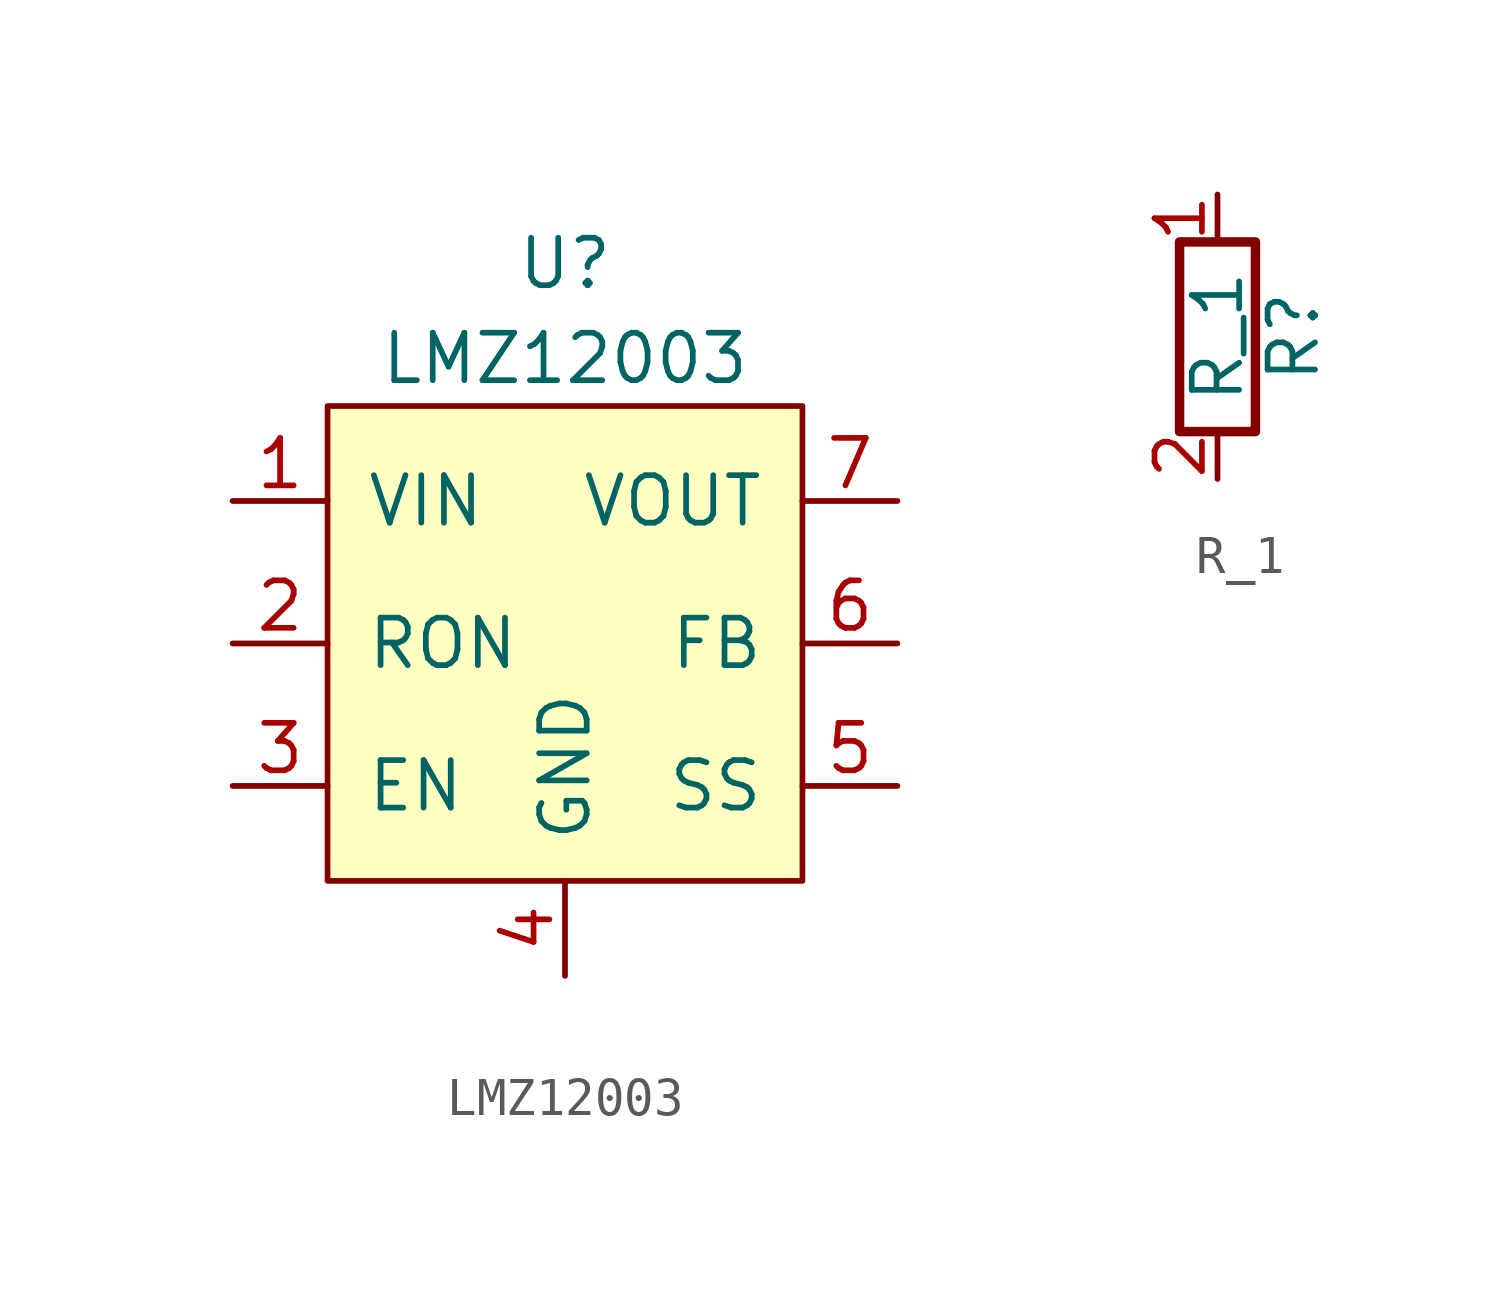
<source format=kicad_sym>
(kicad_symbol_lib
  (version 20231120)
  (generator "kicad_symbol_editor")
  (generator_version "8.0")
  (symbol "LMZ12003"
    (pin_names
      (offset 1.016))
    (property "Reference" "U"
      (at 0 10.16 0)
      (effects (font (size 1.27 1.27))))
    (property "Value" "LMZ12003"
      (at 0 7.62 0)
      (effects (font (size 1.27 1.27))))
    (symbol "LMZ12003_0_1"
      (rectangle (start -6.35 6.35) (end 6.35 -6.35) (stroke (width 0) (type default)) (fill (type background))))
    (symbol "LMZ12003_1_1"
      (pin passive line (at -8.89 3.81 0) (length 2.54) (name "VIN" (effects (font (size 1.27 1.27)))) (number "1" (effects (font (size 1.27 1.27)))))
      (pin passive line (at -8.89 0 0) (length 2.54) (name "RON" (effects (font (size 1.27 1.27)))) (number "2" (effects (font (size 1.27 1.27)))))
      (pin passive line (at -8.89 -3.81 0) (length 2.54) (name "EN" (effects (font (size 1.27 1.27)))) (number "3" (effects (font (size 1.27 1.27)))))
      (pin passive line (at 0 -8.89 90) (length 2.54) (name "GND" (effects (font (size 1.27 1.27)))) (number "4" (effects (font (size 1.27 1.27)))))
      (pin passive line (at 8.89 -3.81 180) (length 2.54) (name "SS" (effects (font (size 1.27 1.27)))) (number "5" (effects (font (size 1.27 1.27)))))
      (pin passive line (at 8.89 0 180) (length 2.54) (name "FB" (effects (font (size 1.27 1.27)))) (number "6" (effects (font (size 1.27 1.27)))))
      (pin passive line (at 8.89 3.81 180) (length 2.54) (name "VOUT" (effects (font (size 1.27 1.27)))) (number "7" (effects (font (size 1.27 1.27)))))))
  (symbol "R_1"
    (pin_names
      (offset 0) hide)
    (property "Reference" "R"
      (at 2.032 0 90)
      (effects (font (size 1.27 1.27))))
    (property "Value" "R_1"
      (at 0 0 90)
      (effects (font (size 1.27 1.27))))
    (symbol "R_1_0_1"
      (rectangle (start -1.016 -2.54) (end 1.016 2.54) (stroke (width 0.254) (type default)) (fill (type none))))
    (symbol "R_1_1_1"
      (pin passive line (at 0 3.81 270) (length 1.27) (name "~" (effects (font (size 1.27 1.27)))) (number "1" (effects (font (size 1.27 1.27)))))
      (pin passive line (at 0 -3.81 90) (length 1.27) (name "~" (effects (font (size 1.27 1.27)))) (number "2" (effects (font (size 1.27 1.27))))))))
</source>
